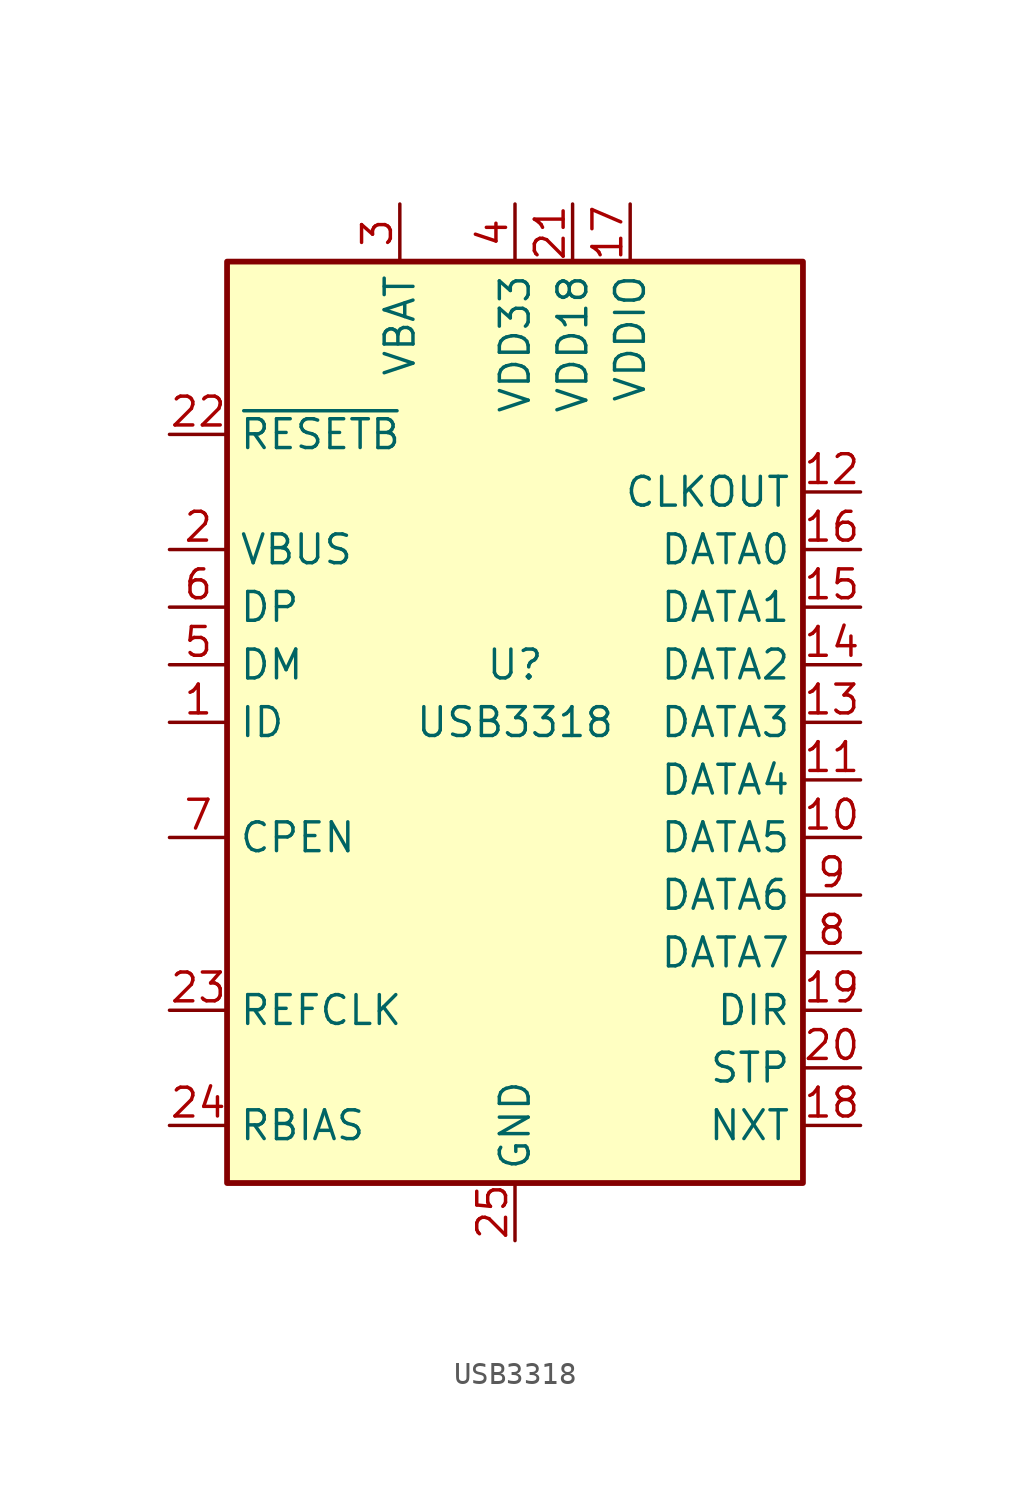
<source format=kicad_sym>
(kicad_symbol_lib
  (version 20220914)
  (generator kicad_symbol_editor)
  (symbol "USB3318"
    (property "Reference" "U"
      (at 0 2.54 0)
      (effects (font (size 1.27 1.27))))
    (property "Value" "USB3318"
      (at 0 0 0)
      (effects (font (size 1.27 1.27))))
    (symbol "USB3318_0_1"
      (rectangle (start -12.7 20.32) (end 12.7 -20.32) (stroke (width 0.254) (type default)) (fill (type background))))
    (symbol "USB3318_1_1"
      (pin input line (at -15.24 0 0) (length 2.54) (name "ID" (effects (font (size 1.27 1.27)))) (number "1" (effects (font (size 1.27 1.27)))))
      (pin bidirectional line (at 15.24 -5.08 180) (length 2.54) (name "DATA5" (effects (font (size 1.27 1.27)))) (number "10" (effects (font (size 1.27 1.27)))))
      (pin bidirectional line (at 15.24 -2.54 180) (length 2.54) (name "DATA4" (effects (font (size 1.27 1.27)))) (number "11" (effects (font (size 1.27 1.27)))))
      (pin output line (at 15.24 10.16 180) (length 2.54) (name "CLKOUT" (effects (font (size 1.27 1.27)))) (number "12" (effects (font (size 1.27 1.27)))))
      (pin bidirectional line (at 15.24 0 180) (length 2.54) (name "DATA3" (effects (font (size 1.27 1.27)))) (number "13" (effects (font (size 1.27 1.27)))))
      (pin bidirectional line (at 15.24 2.54 180) (length 2.54) (name "DATA2" (effects (font (size 1.27 1.27)))) (number "14" (effects (font (size 1.27 1.27)))))
      (pin bidirectional line (at 15.24 5.08 180) (length 2.54) (name "DATA1" (effects (font (size 1.27 1.27)))) (number "15" (effects (font (size 1.27 1.27)))))
      (pin bidirectional line (at 15.24 7.62 180) (length 2.54) (name "DATA0" (effects (font (size 1.27 1.27)))) (number "16" (effects (font (size 1.27 1.27)))))
      (pin power_in line (at 5.08 22.86 270) (length 2.54) (name "VDDIO" (effects (font (size 1.27 1.27)))) (number "17" (effects (font (size 1.27 1.27)))))
      (pin output line (at 15.24 -17.78 180) (length 2.54) (name "NXT" (effects (font (size 1.27 1.27)))) (number "18" (effects (font (size 1.27 1.27)))))
      (pin output line (at 15.24 -12.7 180) (length 2.54) (name "DIR" (effects (font (size 1.27 1.27)))) (number "19" (effects (font (size 1.27 1.27)))))
      (pin input line (at -15.24 7.62 0) (length 2.54) (name "VBUS" (effects (font (size 1.27 1.27)))) (number "2" (effects (font (size 1.27 1.27)))))
      (pin input line (at 15.24 -15.24 180) (length 2.54) (name "STP" (effects (font (size 1.27 1.27)))) (number "20" (effects (font (size 1.27 1.27)))))
      (pin power_out line (at 2.54 22.86 270) (length 2.54) (name "VDD18" (effects (font (size 1.27 1.27)))) (number "21" (effects (font (size 1.27 1.27)))))
      (pin input line (at -15.24 12.7 0) (length 2.54) (name "~{RESETB}" (effects (font (size 1.27 1.27)))) (number "22" (effects (font (size 1.27 1.27)))))
      (pin input line (at -15.24 -12.7 0) (length 2.54) (name "REFCLK" (effects (font (size 1.27 1.27)))) (number "23" (effects (font (size 1.27 1.27)))))
      (pin passive line (at -15.24 -17.78 0) (length 2.54) (name "RBIAS" (effects (font (size 1.27 1.27)))) (number "24" (effects (font (size 1.27 1.27)))))
      (pin power_in line (at 0 -22.86 90) (length 2.54) (name "GND" (effects (font (size 1.27 1.27)))) (number "25" (effects (font (size 1.27 1.27)))))
      (pin power_in line (at -5.08 22.86 270) (length 2.54) (name "VBAT" (effects (font (size 1.27 1.27)))) (number "3" (effects (font (size 1.27 1.27)))))
      (pin power_out line (at 0 22.86 270) (length 2.54) (name "VDD33" (effects (font (size 1.27 1.27)))) (number "4" (effects (font (size 1.27 1.27)))))
      (pin bidirectional line (at -15.24 2.54 0) (length 2.54) (name "DM" (effects (font (size 1.27 1.27)))) (number "5" (effects (font (size 1.27 1.27)))))
      (pin bidirectional line (at -15.24 5.08 0) (length 2.54) (name "DP" (effects (font (size 1.27 1.27)))) (number "6" (effects (font (size 1.27 1.27)))))
      (pin output line (at -15.24 -5.08 0) (length 2.54) (name "CPEN" (effects (font (size 1.27 1.27)))) (number "7" (effects (font (size 1.27 1.27)))))
      (pin bidirectional line (at 15.24 -10.16 180) (length 2.54) (name "DATA7" (effects (font (size 1.27 1.27)))) (number "8" (effects (font (size 1.27 1.27)))))
      (pin bidirectional line (at 15.24 -7.62 180) (length 2.54) (name "DATA6" (effects (font (size 1.27 1.27)))) (number "9" (effects (font (size 1.27 1.27))))))))
</source>
